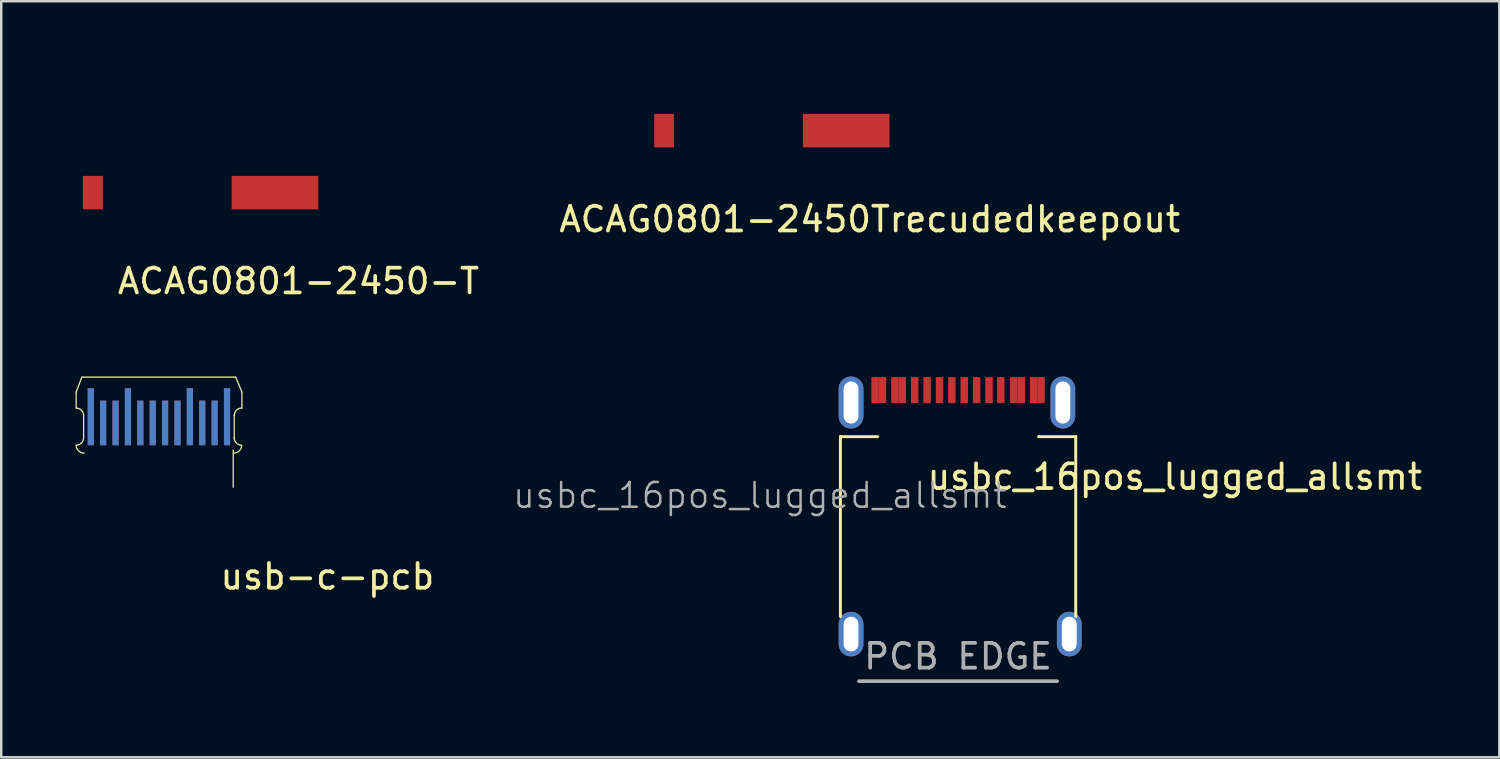
<source format=kicad_pcb>
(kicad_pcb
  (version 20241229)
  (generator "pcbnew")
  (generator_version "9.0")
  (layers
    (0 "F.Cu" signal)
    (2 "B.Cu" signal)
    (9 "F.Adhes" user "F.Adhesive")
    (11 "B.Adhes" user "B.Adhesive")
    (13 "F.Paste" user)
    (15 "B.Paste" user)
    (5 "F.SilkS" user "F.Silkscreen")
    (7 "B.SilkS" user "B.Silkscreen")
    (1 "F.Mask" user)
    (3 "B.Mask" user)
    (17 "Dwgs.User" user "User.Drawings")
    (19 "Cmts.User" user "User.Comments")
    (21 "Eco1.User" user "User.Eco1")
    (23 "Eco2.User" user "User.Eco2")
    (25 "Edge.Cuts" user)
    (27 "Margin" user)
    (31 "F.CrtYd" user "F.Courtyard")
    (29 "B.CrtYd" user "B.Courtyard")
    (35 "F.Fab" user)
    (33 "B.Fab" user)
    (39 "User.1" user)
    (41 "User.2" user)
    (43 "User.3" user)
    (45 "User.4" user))
  (footprint "ACAG0801-2450-T"
    (layer "F.Cu")
    (at 0.85 5.425)
    (property "Reference" "ACAG0801-2450-T" (at 8.15 2.875 0) (layer "F.SilkS") (effects (font (size 1 1) (thickness 0.15))))
    (attr through_hole)
    (fp_poly (pts (xy -0.775 1.65) (xy 9.225 1.65) (xy 9.225 -5.35) (xy -0.775 -5.35)) (stroke (width 0.15) (type solid)) (fill yes) (layer "F.Mask"))
    (fp_poly (pts (xy -0.75 1.65) (xy 9.25 1.65) (xy 9.25 -5.35) (xy -0.75 -5.35)) (stroke (width 0.15) (type solid)) (fill no) (layer "Margin"))
    (pad "1" smd rect (at 7.2 -0.7) (size 3.5 1.35) (layers "F.Cu" "F.Mask" "F.Paste"))
    (pad "2" smd rect (at -0.15 -0.7) (size 0.8 1.35) (layers "F.Cu" "F.Mask" "F.Paste")))
  (footprint "usbc_16pos_lugged_allsmt"
    (layer "F.Cu")
    (at 35.626 19.948)
    (property "Reference" "usbc_16pos_lugged_allsmt" (at 8.75 -3.75 0) (layer "F.SilkS") (effects (font (size 1 1) (thickness 0.15))))
    (attr smd)
    (fp_line (start -4.75 -5.37) (end -4.75 1.89) (stroke (width 0.12) (type solid)) (layer "F.SilkS"))
    (fp_line (start -4.75 -5.37) (end -3.25 -5.37) (stroke (width 0.12) (type solid)) (layer "F.SilkS"))
    (fp_line (start 3.25 -5.37) (end 4.75 -5.37) (stroke (width 0.12) (type solid)) (layer "F.SilkS"))
    (fp_line (start 4.75 -5.37) (end 4.75 1.89) (stroke (width 0.12) (type solid)) (layer "F.SilkS"))
    (fp_line (start -4 4.5) (end 4 4.5) (stroke (width 0.15) (type solid)) (layer "F.Fab"))
    (fp_text user "PCB EDGE" (at 0 3.5 0) (layer "F.Fab") (effects (font (size 1 1) (thickness 0.15))))
    (fp_text user "${REFERENCE}" (at -8 -3 0) (layer "F.Fab") (effects (font (size 1 1) (thickness 0.1))))
    (pad "A1" smd rect (at -3.35 -7.25) (size 0.3 1.05) (layers "F.Cu" "F.Mask" "F.Paste"))
    (pad "A4" smd rect (at -2.55 -7.25) (size 0.3 1.05) (layers "F.Cu" "F.Mask" "F.Paste"))
    (pad "A5" smd rect (at -1.25 -7.25) (size 0.3 1.05) (layers "F.Cu" "F.Mask" "F.Paste"))
    (pad "A6" smd rect (at -0.25 -7.25) (size 0.3 1.05) (layers "F.Cu" "F.Mask" "F.Paste"))
    (pad "A7" smd rect (at 0.25 -7.25) (size 0.3 1.05) (layers "F.Cu" "F.Mask" "F.Paste"))
    (pad "A8" smd rect (at 1.25 -7.25) (size 0.3 1.05) (layers "F.Cu" "F.Mask" "F.Paste"))
    (pad "A9" smd rect (at 2.55 -7.25) (size 0.3 1.05) (layers "F.Cu" "F.Mask" "F.Paste"))
    (pad "A12" smd rect (at 3.35 -7.25) (size 0.3 1.05) (layers "F.Cu" "F.Mask" "F.Paste"))
    (pad "B1" smd rect (at 3.05 -7.25) (size 0.3 1.05) (layers "F.Cu" "F.Mask" "F.Paste"))
    (pad "B4" smd rect (at 2.25 -7.25) (size 0.3 1.05) (layers "F.Cu" "F.Mask" "F.Paste"))
    (pad "B5" smd rect (at 1.725 -7.25) (size 0.3 1.05) (layers "F.Cu" "F.Mask" "F.Paste"))
    (pad "B6" smd rect (at 0.75 -7.25) (size 0.3 1.05) (layers "F.Cu" "F.Mask" "F.Paste"))
    (pad "B7" smd rect (at -0.75 -7.25) (size 0.3 1.05) (layers "F.Cu" "F.Mask" "F.Paste"))
    (pad "B8" smd rect (at -1.75 -7.25) (size 0.3 1.05) (layers "F.Cu" "F.Mask" "F.Paste"))
    (pad "B9" smd rect (at -2.25 -7.25) (size 0.3 1.05) (layers "F.Cu" "F.Mask" "F.Paste"))
    (pad "B12" smd rect (at -3.05 -7.25) (size 0.3 1.05) (layers "F.Cu" "F.Mask" "F.Paste"))
    (pad "S1" thru_hole oval (at -4.32 -6.75) (size 1 2.1) (drill oval 0.6 1.7) (layers "*.Cu" "*.Mask"))
    (pad "S1" thru_hole oval (at -4.32 2.6) (size 1 1.8) (drill oval 0.6 1.4) (layers "*.Cu" "*.Mask"))
    (pad "S1" thru_hole oval (at 4.23 -6.75) (size 1 2.1) (drill oval 0.6 1.7) (layers "*.Cu" "*.Mask"))
    (pad "S1" thru_hole oval (at 4.49 2.6) (size 1 1.8) (drill oval 0.6 1.4) (layers "*.Cu" "*.Mask")))
  (footprint "usb-c-pcb"
    (layer "F.Cu")
    (at 3.365 16.623)
    (property "Reference" "usb-c-pcb" (at 6.8 3.6 0) (layer "F.SilkS") (effects (font (size 1 1) (thickness 0.15))))
    (attr through_hole)
    (fp_line (start -3.34 -3.85) (end -3.34 -3.2) (stroke (width 0.05) (type solid)) (layer "F.SilkS"))
    (fp_line (start -3.11 -4.45) (end -3.34 -3.85) (stroke (width 0.05) (type solid)) (layer "F.SilkS"))
    (fp_line (start -3.095 -4.45) (end 3.095 -4.45) (stroke (width 0.05) (type solid)) (layer "F.SilkS"))
    (fp_line (start -3.04 -2.9) (end -3.04 -2) (stroke (width 0.05) (type solid)) (layer "F.SilkS"))
    (fp_line (start 3 0) (end 3 -1.5) (stroke (width 0.05) (type solid)) (layer "F.SilkS"))
    (fp_line (start 3.04 -2.9) (end 3.04 -1.99) (stroke (width 0.05) (type solid)) (layer "F.SilkS"))
    (fp_line (start 3.1 -4.45) (end 3.35 -3.85) (stroke (width 0.05) (type solid)) (layer "F.SilkS"))
    (fp_line (start 3.35 -3.85) (end 3.35 -3.2) (stroke (width 0.05) (type solid)) (layer "F.SilkS"))
    (fp_arc (start -3.34 -3.2) (mid -3.127868 -3.112132) (end -3.04 -2.9) (stroke (width 0.05) (type solid)) (layer "F.SilkS"))
    (fp_arc (start -3.04 -2) (mid -3.127868 -1.787868) (end -3.34 -1.7) (stroke (width 0.05) (type solid)) (layer "F.SilkS"))
    (fp_arc (start -3.02 -1.38) (mid -3.246274 -1.473726) (end -3.34 -1.7) (stroke (width 0.05) (type solid)) (layer "F.SilkS"))
    (fp_arc (start 3.039833 -2.9) (mid 3.131315 -3.115757) (end 3.35 -3.2) (stroke (width 0.05) (type solid)) (layer "F.SilkS"))
    (fp_arc (start 3.34 -1.7) (mid 3.246274 -1.473726) (end 3.02 -1.38) (stroke (width 0.05) (type solid)) (layer "F.SilkS"))
    (fp_arc (start 3.34 -1.7) (mid 3.127868 -1.787868) (end 3.04 -2) (stroke (width 0.05) (type solid)) (layer "F.SilkS"))
    (fp_line (start -3 -1.5) (end -3 0) (stroke (width 0.05) (type solid)) (layer "B.Paste"))
    (fp_line (start -3 0) (end 3 0) (stroke (width 0.05) (type solid)) (layer "B.Paste"))
    (fp_line (start 3 -1.5) (end -3 -1.5) (stroke (width 0.05) (type solid)) (layer "B.Paste"))
    (pad "A1" smd rect (at 2.75 -2.85) (size 0.25 2.3) (layers "F.Cu" "F.Mask" "F.Paste"))
    (pad "A2" smd rect (at 2.25 -2.6) (size 0.25 1.8) (layers "F.Cu" "F.Mask" "F.Paste"))
    (pad "A3" smd rect (at 1.75 -2.6) (size 0.25 1.8) (layers "F.Cu" "F.Mask" "F.Paste"))
    (pad "A4" smd rect (at 1.25 -2.85) (size 0.25 2.3) (layers "F.Cu" "F.Mask" "F.Paste"))
    (pad "A5" smd rect (at 0.75 -2.6) (size 0.25 1.8) (layers "F.Cu" "F.Mask" "F.Paste"))
    (pad "A6" smd rect (at 0.25 -2.6) (size 0.25 1.8) (layers "F.Cu" "F.Mask" "F.Paste"))
    (pad "A7" smd rect (at -0.25 -2.6) (size 0.25 1.8) (layers "F.Cu" "F.Mask" "F.Paste"))
    (pad "A8" smd rect (at -0.75 -2.6) (size 0.25 1.8) (layers "F.Cu" "F.Mask" "F.Paste"))
    (pad "A9" smd rect (at -1.25 -2.85) (size 0.25 2.3) (layers "F.Cu" "F.Mask" "F.Paste"))
    (pad "A10" smd rect (at -1.75 -2.6) (size 0.25 1.8) (layers "F.Cu" "F.Mask" "F.Paste"))
    (pad "A11" smd rect (at -2.25 -2.6) (size 0.25 1.8) (layers "F.Cu" "F.Mask" "F.Paste"))
    (pad "A12" smd rect (at -2.75 -2.85) (size 0.25 2.3) (layers "F.Cu" "F.Mask" "F.Paste"))
    (pad "B1" smd rect (at -2.75 -2.85 180) (size 0.25 2.3) (layers "B.Cu" "B.Mask" "B.Paste"))
    (pad "B2" smd rect (at -2.25 -2.6 180) (size 0.25 1.8) (layers "B.Cu" "B.Mask" "B.Paste"))
    (pad "B3" smd rect (at -1.75 -2.6 180) (size 0.25 1.8) (layers "B.Cu" "B.Mask" "B.Paste"))
    (pad "B4" smd rect (at -1.25 -2.85 180) (size 0.25 2.3) (layers "B.Cu" "B.Mask" "B.Paste"))
    (pad "B5" smd rect (at -0.75 -2.6 180) (size 0.25 1.8) (layers "B.Cu" "B.Mask" "B.Paste"))
    (pad "B6" smd rect (at -0.25 -2.6 180) (size 0.25 1.8) (layers "B.Cu" "B.Mask" "B.Paste"))
    (pad "B7" smd rect (at 0.25 -2.6 180) (size 0.25 1.8) (layers "B.Cu" "B.Mask" "B.Paste"))
    (pad "B8" smd rect (at 0.75 -2.6 180) (size 0.25 1.8) (layers "B.Cu" "B.Mask" "B.Paste"))
    (pad "B9" smd rect (at 1.25 -2.85 180) (size 0.25 2.3) (layers "B.Cu" "B.Mask" "B.Paste"))
    (pad "B10" smd rect (at 1.75 -2.6 180) (size 0.25 1.8) (layers "B.Cu" "B.Mask" "B.Paste"))
    (pad "B11" smd rect (at 2.25 -2.6 180) (size 0.25 1.8) (layers "B.Cu" "B.Mask" "B.Paste"))
    (pad "B12" smd rect (at 2.75 -2.85 180) (size 0.25 2.3) (layers "B.Cu" "B.Mask" "B.Paste")))
  (footprint "ACAG0801-2450Trecudedkeepout"
    (layer "F.Cu")
    (at 23.91 2.925)
    (property "Reference" "ACAG0801-2450Trecudedkeepout" (at 8.15 2.875 0) (layer "F.SilkS") (effects (font (size 1 1) (thickness 0.15))))
    (attr through_hole)
    (fp_poly (pts (xy -0.7 0.6) (xy 9.3 0.6) (xy 9.3 -2.85) (xy -0.7 -2.85)) (stroke (width 0.15) (type solid)) (fill yes) (layer "F.Mask"))
    (fp_poly (pts (xy -0.7 0.55) (xy 9.3 0.55) (xy 9.3 -2.8) (xy -0.7 -2.8)) (stroke (width 0.15) (type solid)) (fill no) (layer "Margin"))
    (pad "1" smd rect (at 7.2 -0.7) (size 3.5 1.35) (layers "F.Cu" "F.Mask" "F.Paste"))
    (pad "2" smd rect (at -0.15 -0.7) (size 0.8 1.35) (layers "F.Cu" "F.Mask" "F.Paste")))
  (gr_rect
    (start -3 -3)
    (end 57.477 27.523)
    (stroke (width 0.1) (type default))
    (fill no)
    (layer "Edge.Cuts")))
</source>
